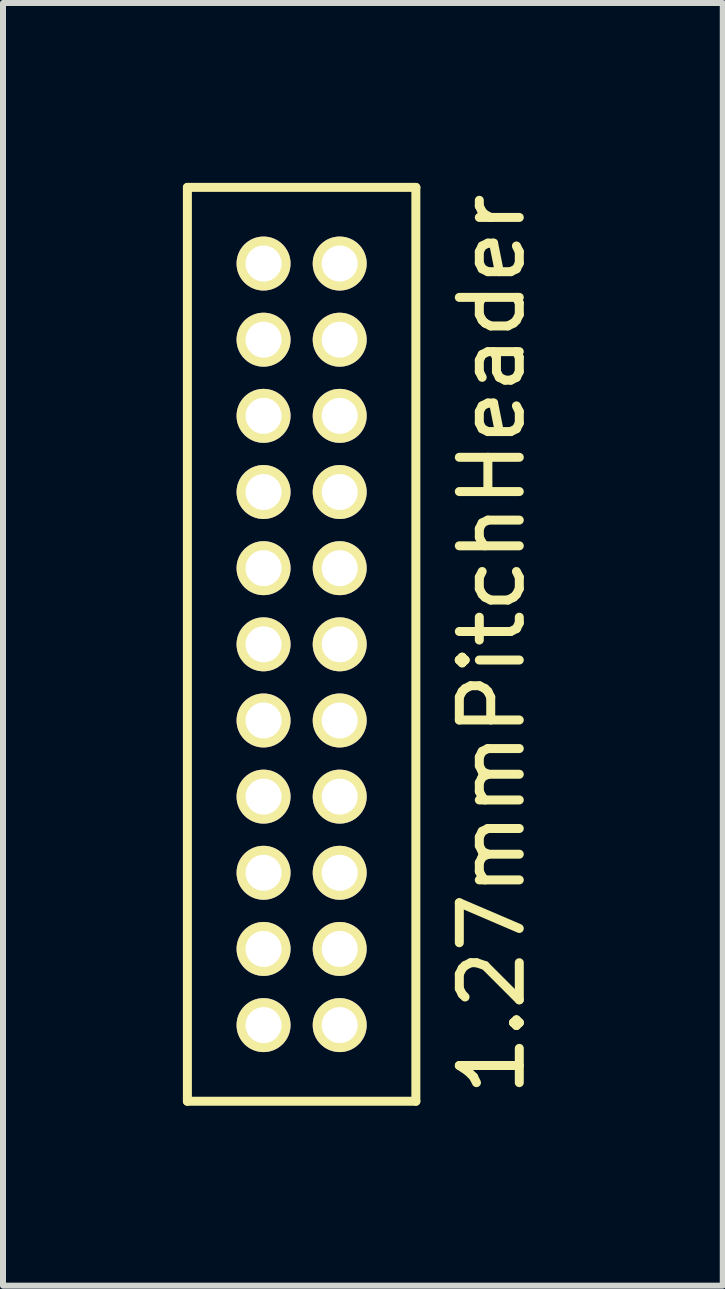
<source format=kicad_pcb>
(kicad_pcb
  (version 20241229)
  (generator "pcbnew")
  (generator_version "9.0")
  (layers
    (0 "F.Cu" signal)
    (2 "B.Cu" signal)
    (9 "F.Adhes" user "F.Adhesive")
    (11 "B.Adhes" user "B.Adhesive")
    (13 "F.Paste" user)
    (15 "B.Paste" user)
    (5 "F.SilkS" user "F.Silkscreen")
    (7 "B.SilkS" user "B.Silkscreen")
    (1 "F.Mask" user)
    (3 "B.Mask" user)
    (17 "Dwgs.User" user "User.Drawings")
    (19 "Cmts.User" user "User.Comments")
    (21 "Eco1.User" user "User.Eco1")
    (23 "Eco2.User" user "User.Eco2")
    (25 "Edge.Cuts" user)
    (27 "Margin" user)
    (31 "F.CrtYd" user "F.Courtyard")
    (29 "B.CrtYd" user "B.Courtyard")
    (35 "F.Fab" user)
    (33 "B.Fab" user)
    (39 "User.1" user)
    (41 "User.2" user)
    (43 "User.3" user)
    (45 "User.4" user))
  (footprint "1.27mmPitchHeader"
    (layer "F.Cu")
    (at 2.615 8.965)
    (property "Reference" "1.27mmPitchHeader" (at 2.54 -1.27 90) (layer "F.SilkS") (effects (font (size 1 1) (thickness 0.15))))
    (attr through_hole)
    (fp_line (start -2.54 -8.89) (end 1.27 -8.89) (stroke (width 0.15) (type solid)) (layer "F.SilkS"))
    (fp_line (start -2.54 6.35) (end -2.54 -8.89) (stroke (width 0.15) (type solid)) (layer "F.SilkS"))
    (fp_line (start 1.27 -8.89) (end 1.27 6.35) (stroke (width 0.15) (type solid)) (layer "F.SilkS"))
    (fp_line (start 1.27 6.35) (end -2.54 6.35) (stroke (width 0.15) (type solid)) (layer "F.SilkS"))
    (pad "1" thru_hole circle (at -1.27 -7.62) (size 0.9 0.9) (drill 0.6) (layers "*.Cu" "*.Mask" "F.SilkS"))
    (pad "2" thru_hole circle (at 0 -7.62) (size 0.9 0.9) (drill 0.6) (layers "*.Cu" "*.Mask" "F.SilkS"))
    (pad "3" thru_hole circle (at -1.27 -6.35) (size 0.9 0.9) (drill 0.6) (layers "*.Cu" "*.Mask" "F.SilkS"))
    (pad "4" thru_hole circle (at 0 -6.35) (size 0.9 0.9) (drill 0.6) (layers "*.Cu" "*.Mask" "F.SilkS"))
    (pad "5" thru_hole circle (at -1.27 -5.08) (size 0.9 0.9) (drill 0.6) (layers "*.Cu" "*.Mask" "F.SilkS"))
    (pad "6" thru_hole circle (at 0 -5.08) (size 0.9 0.9) (drill 0.6) (layers "*.Cu" "*.Mask" "F.SilkS"))
    (pad "7" thru_hole circle (at -1.27 -3.81) (size 0.9 0.9) (drill 0.6) (layers "*.Cu" "*.Mask" "F.SilkS"))
    (pad "8" thru_hole circle (at 0 -3.81) (size 0.9 0.9) (drill 0.6) (layers "*.Cu" "*.Mask" "F.SilkS"))
    (pad "9" thru_hole circle (at -1.27 -2.54) (size 0.9 0.9) (drill 0.6) (layers "*.Cu" "*.Mask" "F.SilkS"))
    (pad "10" thru_hole circle (at 0 -2.54) (size 0.9 0.9) (drill 0.6) (layers "*.Cu" "*.Mask" "F.SilkS"))
    (pad "11" thru_hole circle (at -1.27 -1.27) (size 0.9 0.9) (drill 0.6) (layers "*.Cu" "*.Mask" "F.SilkS"))
    (pad "12" thru_hole circle (at 0 -1.27) (size 0.9 0.9) (drill 0.6) (layers "*.Cu" "*.Mask" "F.SilkS"))
    (pad "13" thru_hole circle (at -1.27 0) (size 0.9 0.9) (drill 0.6) (layers "*.Cu" "*.Mask" "F.SilkS"))
    (pad "14" thru_hole circle (at 0 0) (size 0.9 0.9) (drill 0.6) (layers "*.Cu" "*.Mask" "F.SilkS"))
    (pad "15" thru_hole circle (at -1.27 1.27) (size 0.9 0.9) (drill 0.6) (layers "*.Cu" "*.Mask" "F.SilkS"))
    (pad "16" thru_hole circle (at 0 1.27) (size 0.9 0.9) (drill 0.6) (layers "*.Cu" "*.Mask" "F.SilkS"))
    (pad "17" thru_hole circle (at -1.27 2.54) (size 0.9 0.9) (drill 0.6) (layers "*.Cu" "*.Mask" "F.SilkS"))
    (pad "18" thru_hole circle (at 0 2.54) (size 0.9 0.9) (drill 0.6) (layers "*.Cu" "*.Mask" "F.SilkS"))
    (pad "19" thru_hole circle (at -1.27 3.81) (size 0.9 0.9) (drill 0.6) (layers "*.Cu" "*.Mask" "F.SilkS"))
    (pad "20" thru_hole circle (at 0 3.81) (size 0.9 0.9) (drill 0.6) (layers "*.Cu" "*.Mask" "F.SilkS"))
    (pad "21" thru_hole circle (at -1.27 5.08) (size 0.9 0.9) (drill 0.6) (layers "*.Cu" "*.Mask" "F.SilkS"))
    (pad "22" thru_hole circle (at 0 5.08) (size 0.9 0.9) (drill 0.6) (layers "*.Cu" "*.Mask" "F.SilkS")))
  (gr_rect
    (start -3 -3)
    (end 9.003 18.39)
    (stroke (width 0.1) (type default))
    (fill no)
    (layer "Edge.Cuts")))
</source>
